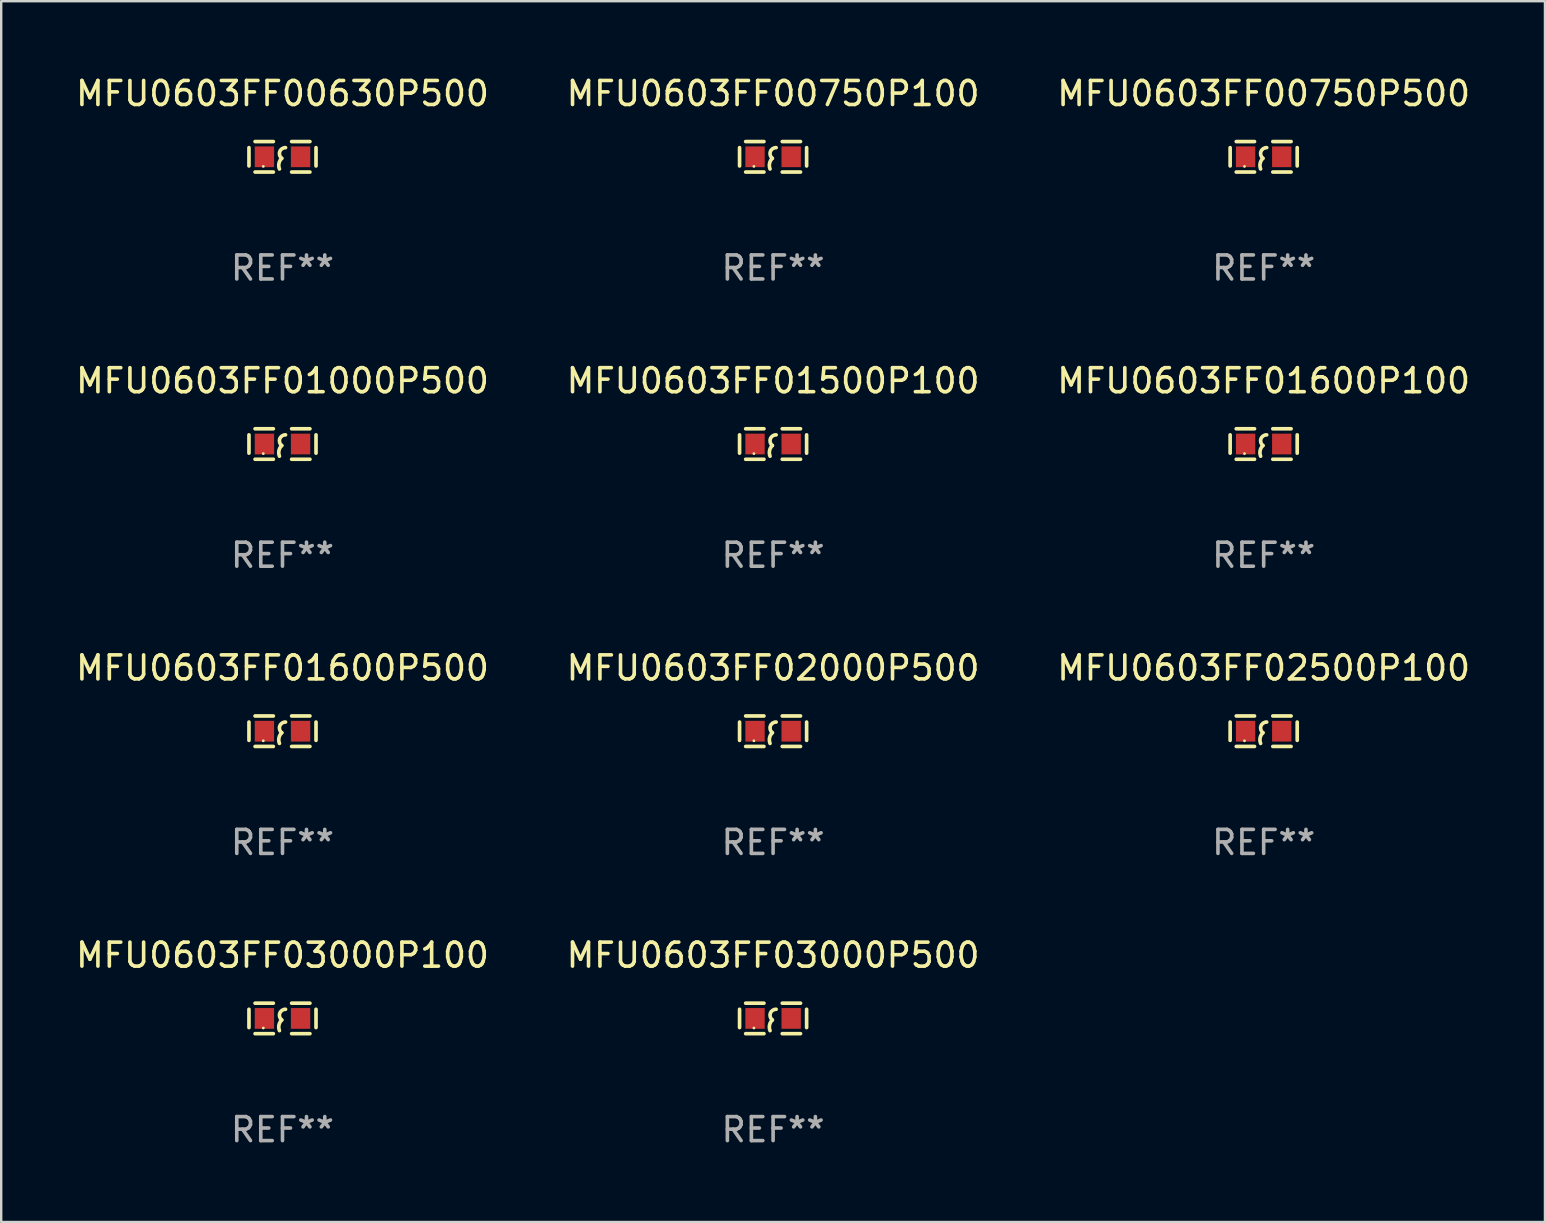
<source format=kicad_pcb>
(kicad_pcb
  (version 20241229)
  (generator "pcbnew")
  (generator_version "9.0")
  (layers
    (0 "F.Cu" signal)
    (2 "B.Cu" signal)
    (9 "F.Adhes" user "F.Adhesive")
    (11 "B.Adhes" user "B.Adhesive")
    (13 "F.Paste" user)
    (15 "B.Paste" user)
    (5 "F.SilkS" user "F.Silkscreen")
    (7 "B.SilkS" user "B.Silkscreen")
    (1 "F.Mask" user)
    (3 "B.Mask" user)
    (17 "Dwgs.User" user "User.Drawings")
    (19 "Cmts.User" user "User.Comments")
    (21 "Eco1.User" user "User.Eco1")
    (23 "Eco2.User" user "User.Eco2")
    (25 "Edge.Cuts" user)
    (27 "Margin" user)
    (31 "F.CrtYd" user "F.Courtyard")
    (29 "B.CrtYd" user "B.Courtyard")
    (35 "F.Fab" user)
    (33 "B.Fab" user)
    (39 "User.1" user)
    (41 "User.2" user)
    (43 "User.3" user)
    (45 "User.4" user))
  (footprint "MFU0603FF01500P100"
    (layer "F.Cu")
    (at 29.161 15.45)
    (property "Reference" "MFU0603FF01500P100" (at 0 -2.635 0) (layer "F.SilkS") (effects (font (size 1 1) (thickness 0.15))))
    (attr through_hole)
    (fp_line (start -1.397 -0.381) (end -1.397 0.381) (stroke (width 0.152) (type solid)) (layer "F.SilkS"))
    (fp_line (start -0.381 -0.635) (end -1.143 -0.635) (stroke (width 0.152) (type solid)) (layer "F.SilkS"))
    (fp_line (start -0.381 0.635) (end -1.143 0.635) (stroke (width 0.152) (type solid)) (layer "F.SilkS"))
    (fp_line (start 0.381 -0.635) (end 1.143 -0.635) (stroke (width 0.152) (type solid)) (layer "F.SilkS"))
    (fp_line (start 0.381 0.635) (end 1.143 0.635) (stroke (width 0.152) (type solid)) (layer "F.SilkS"))
    (fp_line (start 1.397 -0.381) (end 1.397 0.381) (stroke (width 0.152) (type solid)) (layer "F.SilkS"))
    (fp_arc (start -0.127 0.508001) (mid -0.146523 0.271131) (end -0.030861 0.0635) (stroke (width 0.151994) (type solid)) (layer "F.SilkS"))
    (fp_arc (start -0.03175 0.0635) (mid -0.113571 -0.216321) (end 0.127001 -0.381002) (stroke (width 0.151994) (type solid)) (layer "F.SilkS"))
    (fp_circle (center -0.8 0.4) (end -0.77 0.4) (stroke (width 0.06) (type solid)) (fill no) (layer "F.SilkS"))
    (fp_text user "REF**" (at 0 4.635 0) (layer "F.Fab") (effects (font (size 1 1) (thickness 0.15))))
    (pad "1" smd rect (at -0.753 0) (size 0.806 0.864) (layers "F.Cu" "F.Mask" "F.Paste"))
    (pad "2" smd rect (at 0.753 0) (size 0.806 0.864) (layers "F.Cu" "F.Mask" "F.Paste")))
  (footprint "MFU0603FF00630P500"
    (layer "F.Cu")
    (at 8.72 3.483)
    (property "Reference" "MFU0603FF00630P500" (at 0 -2.635 0) (layer "F.SilkS") (effects (font (size 1 1) (thickness 0.15))))
    (attr through_hole)
    (fp_line (start -1.397 -0.381) (end -1.397 0.381) (stroke (width 0.152) (type solid)) (layer "F.SilkS"))
    (fp_line (start -0.381 -0.635) (end -1.143 -0.635) (stroke (width 0.152) (type solid)) (layer "F.SilkS"))
    (fp_line (start -0.381 0.635) (end -1.143 0.635) (stroke (width 0.152) (type solid)) (layer "F.SilkS"))
    (fp_line (start 0.381 -0.635) (end 1.143 -0.635) (stroke (width 0.152) (type solid)) (layer "F.SilkS"))
    (fp_line (start 0.381 0.635) (end 1.143 0.635) (stroke (width 0.152) (type solid)) (layer "F.SilkS"))
    (fp_line (start 1.397 -0.381) (end 1.397 0.381) (stroke (width 0.152) (type solid)) (layer "F.SilkS"))
    (fp_arc (start -0.127 0.508001) (mid -0.146523 0.271131) (end -0.030861 0.0635) (stroke (width 0.151994) (type solid)) (layer "F.SilkS"))
    (fp_arc (start -0.03175 0.0635) (mid -0.113571 -0.216321) (end 0.127001 -0.381002) (stroke (width 0.151994) (type solid)) (layer "F.SilkS"))
    (fp_circle (center -0.8 0.4) (end -0.77 0.4) (stroke (width 0.06) (type solid)) (fill no) (layer "F.SilkS"))
    (fp_text user "REF**" (at 0 4.635 0) (layer "F.Fab") (effects (font (size 1 1) (thickness 0.15))))
    (pad "1" smd rect (at -0.753 0) (size 0.806 0.864) (layers "F.Cu" "F.Mask" "F.Paste"))
    (pad "2" smd rect (at 0.753 0) (size 0.806 0.864) (layers "F.Cu" "F.Mask" "F.Paste")))
  (footprint "MFU0603FF02500P100"
    (layer "F.Cu")
    (at 49.601 27.416)
    (property "Reference" "MFU0603FF02500P100" (at 0 -2.635 0) (layer "F.SilkS") (effects (font (size 1 1) (thickness 0.15))))
    (attr through_hole)
    (fp_line (start -1.397 -0.381) (end -1.397 0.381) (stroke (width 0.152) (type solid)) (layer "F.SilkS"))
    (fp_line (start -0.381 -0.635) (end -1.143 -0.635) (stroke (width 0.152) (type solid)) (layer "F.SilkS"))
    (fp_line (start -0.381 0.635) (end -1.143 0.635) (stroke (width 0.152) (type solid)) (layer "F.SilkS"))
    (fp_line (start 0.381 -0.635) (end 1.143 -0.635) (stroke (width 0.152) (type solid)) (layer "F.SilkS"))
    (fp_line (start 0.381 0.635) (end 1.143 0.635) (stroke (width 0.152) (type solid)) (layer "F.SilkS"))
    (fp_line (start 1.397 -0.381) (end 1.397 0.381) (stroke (width 0.152) (type solid)) (layer "F.SilkS"))
    (fp_arc (start -0.127 0.508001) (mid -0.146523 0.271131) (end -0.030861 0.0635) (stroke (width 0.151994) (type solid)) (layer "F.SilkS"))
    (fp_arc (start -0.03175 0.0635) (mid -0.113571 -0.216321) (end 0.127001 -0.381002) (stroke (width 0.151994) (type solid)) (layer "F.SilkS"))
    (fp_circle (center -0.8 0.4) (end -0.77 0.4) (stroke (width 0.06) (type solid)) (fill no) (layer "F.SilkS"))
    (fp_text user "REF**" (at 0 4.635 0) (layer "F.Fab") (effects (font (size 1 1) (thickness 0.15))))
    (pad "1" smd rect (at -0.753 0) (size 0.806 0.864) (layers "F.Cu" "F.Mask" "F.Paste"))
    (pad "2" smd rect (at 0.753 0) (size 0.806 0.864) (layers "F.Cu" "F.Mask" "F.Paste")))
  (footprint "MFU0603FF02000P500"
    (layer "F.Cu")
    (at 29.161 27.416)
    (property "Reference" "MFU0603FF02000P500" (at 0 -2.635 0) (layer "F.SilkS") (effects (font (size 1 1) (thickness 0.15))))
    (attr through_hole)
    (fp_line (start -1.397 -0.381) (end -1.397 0.381) (stroke (width 0.152) (type solid)) (layer "F.SilkS"))
    (fp_line (start -0.381 -0.635) (end -1.143 -0.635) (stroke (width 0.152) (type solid)) (layer "F.SilkS"))
    (fp_line (start -0.381 0.635) (end -1.143 0.635) (stroke (width 0.152) (type solid)) (layer "F.SilkS"))
    (fp_line (start 0.381 -0.635) (end 1.143 -0.635) (stroke (width 0.152) (type solid)) (layer "F.SilkS"))
    (fp_line (start 0.381 0.635) (end 1.143 0.635) (stroke (width 0.152) (type solid)) (layer "F.SilkS"))
    (fp_line (start 1.397 -0.381) (end 1.397 0.381) (stroke (width 0.152) (type solid)) (layer "F.SilkS"))
    (fp_arc (start -0.127 0.508001) (mid -0.146523 0.271131) (end -0.030861 0.0635) (stroke (width 0.151994) (type solid)) (layer "F.SilkS"))
    (fp_arc (start -0.03175 0.0635) (mid -0.113571 -0.216321) (end 0.127001 -0.381002) (stroke (width 0.151994) (type solid)) (layer "F.SilkS"))
    (fp_circle (center -0.8 0.4) (end -0.77 0.4) (stroke (width 0.06) (type solid)) (fill no) (layer "F.SilkS"))
    (fp_text user "REF**" (at 0 4.635 0) (layer "F.Fab") (effects (font (size 1 1) (thickness 0.15))))
    (pad "1" smd rect (at -0.753 0) (size 0.806 0.864) (layers "F.Cu" "F.Mask" "F.Paste"))
    (pad "2" smd rect (at 0.753 0) (size 0.806 0.864) (layers "F.Cu" "F.Mask" "F.Paste")))
  (footprint "MFU0603FF00750P100"
    (layer "F.Cu")
    (at 29.161 3.483)
    (property "Reference" "MFU0603FF00750P100" (at 0 -2.635 0) (layer "F.SilkS") (effects (font (size 1 1) (thickness 0.15))))
    (attr through_hole)
    (fp_line (start -1.397 -0.381) (end -1.397 0.381) (stroke (width 0.152) (type solid)) (layer "F.SilkS"))
    (fp_line (start -0.381 -0.635) (end -1.143 -0.635) (stroke (width 0.152) (type solid)) (layer "F.SilkS"))
    (fp_line (start -0.381 0.635) (end -1.143 0.635) (stroke (width 0.152) (type solid)) (layer "F.SilkS"))
    (fp_line (start 0.381 -0.635) (end 1.143 -0.635) (stroke (width 0.152) (type solid)) (layer "F.SilkS"))
    (fp_line (start 0.381 0.635) (end 1.143 0.635) (stroke (width 0.152) (type solid)) (layer "F.SilkS"))
    (fp_line (start 1.397 -0.381) (end 1.397 0.381) (stroke (width 0.152) (type solid)) (layer "F.SilkS"))
    (fp_arc (start -0.127 0.508001) (mid -0.146523 0.271131) (end -0.030861 0.0635) (stroke (width 0.151994) (type solid)) (layer "F.SilkS"))
    (fp_arc (start -0.03175 0.0635) (mid -0.113571 -0.216321) (end 0.127001 -0.381002) (stroke (width 0.151994) (type solid)) (layer "F.SilkS"))
    (fp_circle (center -0.8 0.4) (end -0.77 0.4) (stroke (width 0.06) (type solid)) (fill no) (layer "F.SilkS"))
    (fp_text user "REF**" (at 0 4.635 0) (layer "F.Fab") (effects (font (size 1 1) (thickness 0.15))))
    (pad "1" smd rect (at -0.753 0) (size 0.806 0.864) (layers "F.Cu" "F.Mask" "F.Paste"))
    (pad "2" smd rect (at 0.753 0) (size 0.806 0.864) (layers "F.Cu" "F.Mask" "F.Paste")))
  (footprint "MFU0603FF01000P500"
    (layer "F.Cu")
    (at 8.72 15.45)
    (property "Reference" "MFU0603FF01000P500" (at 0 -2.635 0) (layer "F.SilkS") (effects (font (size 1 1) (thickness 0.15))))
    (attr through_hole)
    (fp_line (start -1.397 -0.381) (end -1.397 0.381) (stroke (width 0.152) (type solid)) (layer "F.SilkS"))
    (fp_line (start -0.381 -0.635) (end -1.143 -0.635) (stroke (width 0.152) (type solid)) (layer "F.SilkS"))
    (fp_line (start -0.381 0.635) (end -1.143 0.635) (stroke (width 0.152) (type solid)) (layer "F.SilkS"))
    (fp_line (start 0.381 -0.635) (end 1.143 -0.635) (stroke (width 0.152) (type solid)) (layer "F.SilkS"))
    (fp_line (start 0.381 0.635) (end 1.143 0.635) (stroke (width 0.152) (type solid)) (layer "F.SilkS"))
    (fp_line (start 1.397 -0.381) (end 1.397 0.381) (stroke (width 0.152) (type solid)) (layer "F.SilkS"))
    (fp_arc (start -0.127 0.508001) (mid -0.146523 0.271131) (end -0.030861 0.0635) (stroke (width 0.151994) (type solid)) (layer "F.SilkS"))
    (fp_arc (start -0.03175 0.0635) (mid -0.113571 -0.216321) (end 0.127001 -0.381002) (stroke (width 0.151994) (type solid)) (layer "F.SilkS"))
    (fp_circle (center -0.8 0.4) (end -0.77 0.4) (stroke (width 0.06) (type solid)) (fill no) (layer "F.SilkS"))
    (fp_text user "REF**" (at 0 4.635 0) (layer "F.Fab") (effects (font (size 1 1) (thickness 0.15))))
    (pad "1" smd rect (at -0.753 0) (size 0.806 0.864) (layers "F.Cu" "F.Mask" "F.Paste"))
    (pad "2" smd rect (at 0.753 0) (size 0.806 0.864) (layers "F.Cu" "F.Mask" "F.Paste")))
  (footprint "MFU0603FF01600P500"
    (layer "F.Cu")
    (at 8.72 27.416)
    (property "Reference" "MFU0603FF01600P500" (at 0 -2.635 0) (layer "F.SilkS") (effects (font (size 1 1) (thickness 0.15))))
    (attr through_hole)
    (fp_line (start -1.397 -0.381) (end -1.397 0.381) (stroke (width 0.152) (type solid)) (layer "F.SilkS"))
    (fp_line (start -0.381 -0.635) (end -1.143 -0.635) (stroke (width 0.152) (type solid)) (layer "F.SilkS"))
    (fp_line (start -0.381 0.635) (end -1.143 0.635) (stroke (width 0.152) (type solid)) (layer "F.SilkS"))
    (fp_line (start 0.381 -0.635) (end 1.143 -0.635) (stroke (width 0.152) (type solid)) (layer "F.SilkS"))
    (fp_line (start 0.381 0.635) (end 1.143 0.635) (stroke (width 0.152) (type solid)) (layer "F.SilkS"))
    (fp_line (start 1.397 -0.381) (end 1.397 0.381) (stroke (width 0.152) (type solid)) (layer "F.SilkS"))
    (fp_arc (start -0.127 0.508001) (mid -0.146523 0.271131) (end -0.030861 0.0635) (stroke (width 0.151994) (type solid)) (layer "F.SilkS"))
    (fp_arc (start -0.03175 0.0635) (mid -0.113571 -0.216321) (end 0.127001 -0.381002) (stroke (width 0.151994) (type solid)) (layer "F.SilkS"))
    (fp_circle (center -0.8 0.4) (end -0.77 0.4) (stroke (width 0.06) (type solid)) (fill no) (layer "F.SilkS"))
    (fp_text user "REF**" (at 0 4.635 0) (layer "F.Fab") (effects (font (size 1 1) (thickness 0.15))))
    (pad "1" smd rect (at -0.753 0) (size 0.806 0.864) (layers "F.Cu" "F.Mask" "F.Paste"))
    (pad "2" smd rect (at 0.753 0) (size 0.806 0.864) (layers "F.Cu" "F.Mask" "F.Paste")))
  (footprint "MFU0603FF01600P100"
    (layer "F.Cu")
    (at 49.601 15.45)
    (property "Reference" "MFU0603FF01600P100" (at 0 -2.635 0) (layer "F.SilkS") (effects (font (size 1 1) (thickness 0.15))))
    (attr through_hole)
    (fp_line (start -1.397 -0.381) (end -1.397 0.381) (stroke (width 0.152) (type solid)) (layer "F.SilkS"))
    (fp_line (start -0.381 -0.635) (end -1.143 -0.635) (stroke (width 0.152) (type solid)) (layer "F.SilkS"))
    (fp_line (start -0.381 0.635) (end -1.143 0.635) (stroke (width 0.152) (type solid)) (layer "F.SilkS"))
    (fp_line (start 0.381 -0.635) (end 1.143 -0.635) (stroke (width 0.152) (type solid)) (layer "F.SilkS"))
    (fp_line (start 0.381 0.635) (end 1.143 0.635) (stroke (width 0.152) (type solid)) (layer "F.SilkS"))
    (fp_line (start 1.397 -0.381) (end 1.397 0.381) (stroke (width 0.152) (type solid)) (layer "F.SilkS"))
    (fp_arc (start -0.127 0.508001) (mid -0.146523 0.271131) (end -0.030861 0.0635) (stroke (width 0.151994) (type solid)) (layer "F.SilkS"))
    (fp_arc (start -0.03175 0.0635) (mid -0.113571 -0.216321) (end 0.127001 -0.381002) (stroke (width 0.151994) (type solid)) (layer "F.SilkS"))
    (fp_circle (center -0.8 0.4) (end -0.77 0.4) (stroke (width 0.06) (type solid)) (fill no) (layer "F.SilkS"))
    (fp_text user "REF**" (at 0 4.635 0) (layer "F.Fab") (effects (font (size 1 1) (thickness 0.15))))
    (pad "1" smd rect (at -0.753 0) (size 0.806 0.864) (layers "F.Cu" "F.Mask" "F.Paste"))
    (pad "2" smd rect (at 0.753 0) (size 0.806 0.864) (layers "F.Cu" "F.Mask" "F.Paste")))
  (footprint "MFU0603FF03000P100"
    (layer "F.Cu")
    (at 8.72 39.383)
    (property "Reference" "MFU0603FF03000P100" (at 0 -2.635 0) (layer "F.SilkS") (effects (font (size 1 1) (thickness 0.15))))
    (attr through_hole)
    (fp_line (start -1.397 -0.381) (end -1.397 0.381) (stroke (width 0.152) (type solid)) (layer "F.SilkS"))
    (fp_line (start -0.381 -0.635) (end -1.143 -0.635) (stroke (width 0.152) (type solid)) (layer "F.SilkS"))
    (fp_line (start -0.381 0.635) (end -1.143 0.635) (stroke (width 0.152) (type solid)) (layer "F.SilkS"))
    (fp_line (start 0.381 -0.635) (end 1.143 -0.635) (stroke (width 0.152) (type solid)) (layer "F.SilkS"))
    (fp_line (start 0.381 0.635) (end 1.143 0.635) (stroke (width 0.152) (type solid)) (layer "F.SilkS"))
    (fp_line (start 1.397 -0.381) (end 1.397 0.381) (stroke (width 0.152) (type solid)) (layer "F.SilkS"))
    (fp_arc (start -0.127 0.508001) (mid -0.146523 0.271131) (end -0.030861 0.0635) (stroke (width 0.151994) (type solid)) (layer "F.SilkS"))
    (fp_arc (start -0.03175 0.0635) (mid -0.113571 -0.216321) (end 0.127001 -0.381002) (stroke (width 0.151994) (type solid)) (layer "F.SilkS"))
    (fp_circle (center -0.8 0.4) (end -0.77 0.4) (stroke (width 0.06) (type solid)) (fill no) (layer "F.SilkS"))
    (fp_text user "REF**" (at 0 4.635 0) (layer "F.Fab") (effects (font (size 1 1) (thickness 0.15))))
    (pad "1" smd rect (at -0.753 0) (size 0.806 0.864) (layers "F.Cu" "F.Mask" "F.Paste"))
    (pad "2" smd rect (at 0.753 0) (size 0.806 0.864) (layers "F.Cu" "F.Mask" "F.Paste")))
  (footprint "MFU0603FF00750P500"
    (layer "F.Cu")
    (at 49.601 3.483)
    (property "Reference" "MFU0603FF00750P500" (at 0 -2.635 0) (layer "F.SilkS") (effects (font (size 1 1) (thickness 0.15))))
    (attr through_hole)
    (fp_line (start -1.397 -0.381) (end -1.397 0.381) (stroke (width 0.152) (type solid)) (layer "F.SilkS"))
    (fp_line (start -0.381 -0.635) (end -1.143 -0.635) (stroke (width 0.152) (type solid)) (layer "F.SilkS"))
    (fp_line (start -0.381 0.635) (end -1.143 0.635) (stroke (width 0.152) (type solid)) (layer "F.SilkS"))
    (fp_line (start 0.381 -0.635) (end 1.143 -0.635) (stroke (width 0.152) (type solid)) (layer "F.SilkS"))
    (fp_line (start 0.381 0.635) (end 1.143 0.635) (stroke (width 0.152) (type solid)) (layer "F.SilkS"))
    (fp_line (start 1.397 -0.381) (end 1.397 0.381) (stroke (width 0.152) (type solid)) (layer "F.SilkS"))
    (fp_arc (start -0.127 0.508001) (mid -0.146523 0.271131) (end -0.030861 0.0635) (stroke (width 0.151994) (type solid)) (layer "F.SilkS"))
    (fp_arc (start -0.03175 0.0635) (mid -0.113571 -0.216321) (end 0.127001 -0.381002) (stroke (width 0.151994) (type solid)) (layer "F.SilkS"))
    (fp_circle (center -0.8 0.4) (end -0.77 0.4) (stroke (width 0.06) (type solid)) (fill no) (layer "F.SilkS"))
    (fp_text user "REF**" (at 0 4.635 0) (layer "F.Fab") (effects (font (size 1 1) (thickness 0.15))))
    (pad "1" smd rect (at -0.753 0) (size 0.806 0.864) (layers "F.Cu" "F.Mask" "F.Paste"))
    (pad "2" smd rect (at 0.753 0) (size 0.806 0.864) (layers "F.Cu" "F.Mask" "F.Paste")))
  (footprint "MFU0603FF03000P500"
    (layer "F.Cu")
    (at 29.161 39.383)
    (property "Reference" "MFU0603FF03000P500" (at 0 -2.635 0) (layer "F.SilkS") (effects (font (size 1 1) (thickness 0.15))))
    (attr through_hole)
    (fp_line (start -1.397 -0.381) (end -1.397 0.381) (stroke (width 0.152) (type solid)) (layer "F.SilkS"))
    (fp_line (start -0.381 -0.635) (end -1.143 -0.635) (stroke (width 0.152) (type solid)) (layer "F.SilkS"))
    (fp_line (start -0.381 0.635) (end -1.143 0.635) (stroke (width 0.152) (type solid)) (layer "F.SilkS"))
    (fp_line (start 0.381 -0.635) (end 1.143 -0.635) (stroke (width 0.152) (type solid)) (layer "F.SilkS"))
    (fp_line (start 0.381 0.635) (end 1.143 0.635) (stroke (width 0.152) (type solid)) (layer "F.SilkS"))
    (fp_line (start 1.397 -0.381) (end 1.397 0.381) (stroke (width 0.152) (type solid)) (layer "F.SilkS"))
    (fp_arc (start -0.127 0.508001) (mid -0.146523 0.271131) (end -0.030861 0.0635) (stroke (width 0.151994) (type solid)) (layer "F.SilkS"))
    (fp_arc (start -0.03175 0.0635) (mid -0.113571 -0.216321) (end 0.127001 -0.381002) (stroke (width 0.151994) (type solid)) (layer "F.SilkS"))
    (fp_circle (center -0.8 0.4) (end -0.77 0.4) (stroke (width 0.06) (type solid)) (fill no) (layer "F.SilkS"))
    (fp_text user "REF**" (at 0 4.635 0) (layer "F.Fab") (effects (font (size 1 1) (thickness 0.15))))
    (pad "1" smd rect (at -0.753 0) (size 0.806 0.864) (layers "F.Cu" "F.Mask" "F.Paste"))
    (pad "2" smd rect (at 0.753 0) (size 0.806 0.864) (layers "F.Cu" "F.Mask" "F.Paste")))
  (gr_rect
    (start -3 -3)
    (end 61.321 47.866)
    (stroke (width 0.1) (type default))
    (fill no)
    (layer "Edge.Cuts")))
</source>
